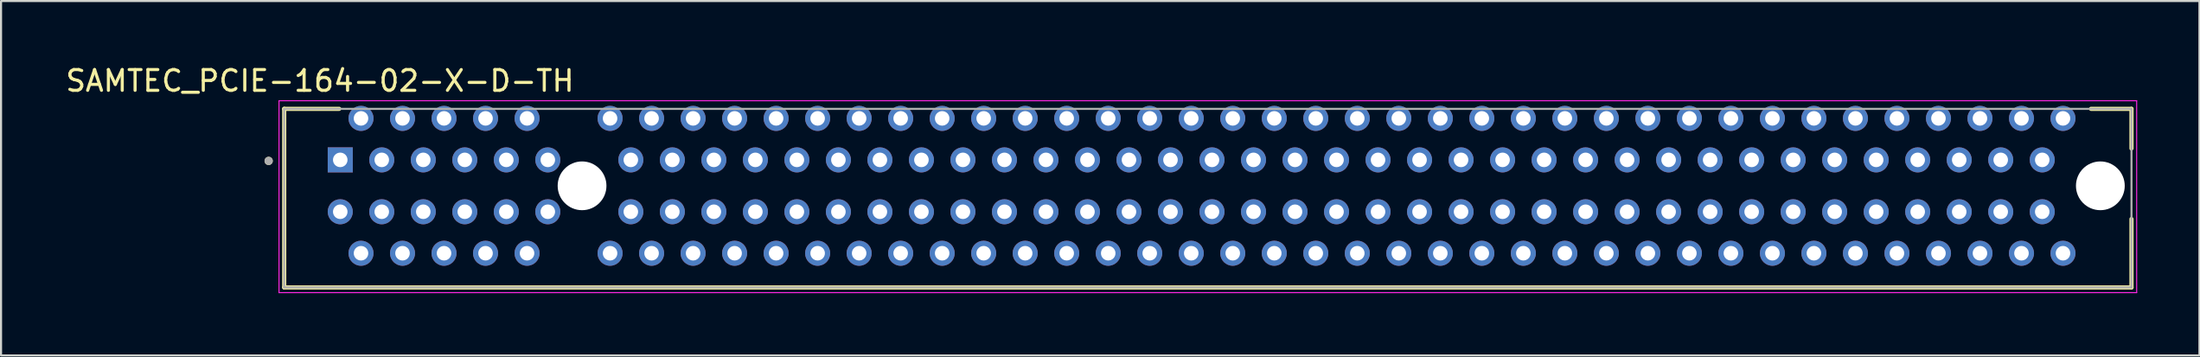
<source format=kicad_pcb>
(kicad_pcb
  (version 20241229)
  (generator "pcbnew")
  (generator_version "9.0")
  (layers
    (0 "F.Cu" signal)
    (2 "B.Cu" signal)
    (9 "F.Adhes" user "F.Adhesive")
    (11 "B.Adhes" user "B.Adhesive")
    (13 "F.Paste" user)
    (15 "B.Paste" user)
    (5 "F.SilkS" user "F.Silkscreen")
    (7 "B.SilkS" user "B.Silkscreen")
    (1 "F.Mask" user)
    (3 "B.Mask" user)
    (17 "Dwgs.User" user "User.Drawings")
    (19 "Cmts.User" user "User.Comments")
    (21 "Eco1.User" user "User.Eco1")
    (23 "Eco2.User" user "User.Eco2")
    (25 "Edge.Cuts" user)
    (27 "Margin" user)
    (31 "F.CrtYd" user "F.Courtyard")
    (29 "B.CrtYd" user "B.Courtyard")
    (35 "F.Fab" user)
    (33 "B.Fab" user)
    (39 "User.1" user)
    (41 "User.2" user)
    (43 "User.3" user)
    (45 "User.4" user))
  (footprint "SAMTEC_PCIE-164-02-X-D-TH"
    (layer "F.Cu")
    (at 54.583 7.198)
    (property "Reference" "SAMTEC_PCIE-164-02-X-D-TH" (at -42.22 -6.35 180) (layer "F.SilkS") (effects (font (size 1 1) (thickness 0.15))))
    (attr through_hole)
    (fp_line (start -43.94 -5.002) (end -41.29 -5.002) (stroke (width 0.2) (type solid)) (layer "F.SilkS"))
    (fp_line (start -43.94 3.608) (end -43.94 -5.002) (stroke (width 0.2) (type solid)) (layer "F.SilkS"))
    (fp_line (start 43.11 -5.002) (end 45.06 -5.002) (stroke (width 0.2) (type solid)) (layer "F.SilkS"))
    (fp_line (start 45.06 -5.002) (end 45.06 -3.092) (stroke (width 0.2) (type solid)) (layer "F.SilkS"))
    (fp_line (start 45.06 0.308) (end 45.06 3.608) (stroke (width 0.2) (type solid)) (layer "F.SilkS"))
    (fp_line (start 45.06 3.608) (end -43.94 3.608) (stroke (width 0.2) (type solid)) (layer "F.SilkS"))
    (fp_circle (center -44.69 -2.492) (end -44.79 -2.492) (stroke (width 0.2) (type solid)) (fill no) (layer "F.SilkS"))
    (fp_line (start -44.19 -5.392) (end 45.31 -5.392) (stroke (width 0.05) (type solid)) (layer "F.CrtYd"))
    (fp_line (start -44.19 3.858) (end -44.19 -5.392) (stroke (width 0.05) (type solid)) (layer "F.CrtYd"))
    (fp_line (start 45.31 -5.392) (end 45.31 3.858) (stroke (width 0.05) (type solid)) (layer "F.CrtYd"))
    (fp_line (start 45.31 3.858) (end -44.19 3.858) (stroke (width 0.05) (type solid)) (layer "F.CrtYd"))
    (fp_line (start -43.94 -5.002) (end 45.06 -5.002) (stroke (width 0.1) (type solid)) (layer "F.Fab"))
    (fp_line (start -43.94 3.608) (end -43.94 -5.002) (stroke (width 0.1) (type solid)) (layer "F.Fab"))
    (fp_line (start 45.06 -5.002) (end 45.06 3.608) (stroke (width 0.1) (type solid)) (layer "F.Fab"))
    (fp_line (start 45.06 3.608) (end -43.94 3.608) (stroke (width 0.1) (type solid)) (layer "F.Fab"))
    (fp_circle (center -44.69 -2.492) (end -44.79 -2.492) (stroke (width 0.2) (type solid)) (fill no) (layer "F.Fab"))
    (pad "" np_thru_hole circle (at -29.59 -1.292 180) (size 2.35 2.35) (drill 2.35) (layers "*.Cu" "*.Mask"))
    (pad "" np_thru_hole circle (at 43.56 -1.292 180) (size 2.35 2.35) (drill 2.35) (layers "*.Cu" "*.Mask"))
    (pad "A1" thru_hole rect (at -41.24 -2.542 180) (size 1.208 1.208) (drill 0.7) (layers "*.Cu" "*.Mask"))
    (pad "A2" thru_hole circle (at -40.24 -4.542 180) (size 1.208 1.208) (drill 0.7) (layers "*.Cu" "*.Mask"))
    (pad "A3" thru_hole circle (at -39.24 -2.542 180) (size 1.208 1.208) (drill 0.7) (layers "*.Cu" "*.Mask"))
    (pad "A4" thru_hole circle (at -38.24 -4.542 180) (size 1.208 1.208) (drill 0.7) (layers "*.Cu" "*.Mask"))
    (pad "A5" thru_hole circle (at -37.24 -2.542 180) (size 1.208 1.208) (drill 0.7) (layers "*.Cu" "*.Mask"))
    (pad "A6" thru_hole circle (at -36.24 -4.542 180) (size 1.208 1.208) (drill 0.7) (layers "*.Cu" "*.Mask"))
    (pad "A7" thru_hole circle (at -35.24 -2.542 180) (size 1.208 1.208) (drill 0.7) (layers "*.Cu" "*.Mask"))
    (pad "A8" thru_hole circle (at -34.24 -4.542 180) (size 1.208 1.208) (drill 0.7) (layers "*.Cu" "*.Mask"))
    (pad "A9" thru_hole circle (at -33.24 -2.542 180) (size 1.208 1.208) (drill 0.7) (layers "*.Cu" "*.Mask"))
    (pad "A10" thru_hole circle (at -32.24 -4.542 180) (size 1.208 1.208) (drill 0.7) (layers "*.Cu" "*.Mask"))
    (pad "A11" thru_hole circle (at -31.24 -2.542 180) (size 1.208 1.208) (drill 0.7) (layers "*.Cu" "*.Mask"))
    (pad "A12" thru_hole circle (at -28.24 -4.542 180) (size 1.208 1.208) (drill 0.7) (layers "*.Cu" "*.Mask"))
    (pad "A13" thru_hole circle (at -27.24 -2.542 180) (size 1.208 1.208) (drill 0.7) (layers "*.Cu" "*.Mask"))
    (pad "A14" thru_hole circle (at -26.24 -4.542 180) (size 1.208 1.208) (drill 0.7) (layers "*.Cu" "*.Mask"))
    (pad "A15" thru_hole circle (at -25.24 -2.542 180) (size 1.208 1.208) (drill 0.7) (layers "*.Cu" "*.Mask"))
    (pad "A16" thru_hole circle (at -24.24 -4.542 180) (size 1.208 1.208) (drill 0.7) (layers "*.Cu" "*.Mask"))
    (pad "A17" thru_hole circle (at -23.24 -2.542 180) (size 1.208 1.208) (drill 0.7) (layers "*.Cu" "*.Mask"))
    (pad "A18" thru_hole circle (at -22.24 -4.542 180) (size 1.208 1.208) (drill 0.7) (layers "*.Cu" "*.Mask"))
    (pad "A19" thru_hole circle (at -21.24 -2.542 180) (size 1.208 1.208) (drill 0.7) (layers "*.Cu" "*.Mask"))
    (pad "A20" thru_hole circle (at -20.24 -4.542 180) (size 1.208 1.208) (drill 0.7) (layers "*.Cu" "*.Mask"))
    (pad "A21" thru_hole circle (at -19.24 -2.542 180) (size 1.208 1.208) (drill 0.7) (layers "*.Cu" "*.Mask"))
    (pad "A22" thru_hole circle (at -18.24 -4.542 180) (size 1.208 1.208) (drill 0.7) (layers "*.Cu" "*.Mask"))
    (pad "A23" thru_hole circle (at -17.24 -2.542 180) (size 1.208 1.208) (drill 0.7) (layers "*.Cu" "*.Mask"))
    (pad "A24" thru_hole circle (at -16.24 -4.542 180) (size 1.208 1.208) (drill 0.7) (layers "*.Cu" "*.Mask"))
    (pad "A25" thru_hole circle (at -15.24 -2.542 180) (size 1.208 1.208) (drill 0.7) (layers "*.Cu" "*.Mask"))
    (pad "A26" thru_hole circle (at -14.24 -4.542 180) (size 1.208 1.208) (drill 0.7) (layers "*.Cu" "*.Mask"))
    (pad "A27" thru_hole circle (at -13.24 -2.542 180) (size 1.208 1.208) (drill 0.7) (layers "*.Cu" "*.Mask"))
    (pad "A28" thru_hole circle (at -12.24 -4.542 180) (size 1.208 1.208) (drill 0.7) (layers "*.Cu" "*.Mask"))
    (pad "A29" thru_hole circle (at -11.24 -2.542 180) (size 1.208 1.208) (drill 0.7) (layers "*.Cu" "*.Mask"))
    (pad "A30" thru_hole circle (at -10.24 -4.542 180) (size 1.208 1.208) (drill 0.7) (layers "*.Cu" "*.Mask"))
    (pad "A31" thru_hole circle (at -9.24 -2.542 180) (size 1.208 1.208) (drill 0.7) (layers "*.Cu" "*.Mask"))
    (pad "A32" thru_hole circle (at -8.24 -4.542 180) (size 1.208 1.208) (drill 0.7) (layers "*.Cu" "*.Mask"))
    (pad "A33" thru_hole circle (at -7.24 -2.542 180) (size 1.208 1.208) (drill 0.7) (layers "*.Cu" "*.Mask"))
    (pad "A34" thru_hole circle (at -6.24 -4.542 180) (size 1.208 1.208) (drill 0.7) (layers "*.Cu" "*.Mask"))
    (pad "A35" thru_hole circle (at -5.24 -2.542 180) (size 1.208 1.208) (drill 0.7) (layers "*.Cu" "*.Mask"))
    (pad "A36" thru_hole circle (at -4.24 -4.542 180) (size 1.208 1.208) (drill 0.7) (layers "*.Cu" "*.Mask"))
    (pad "A37" thru_hole circle (at -3.24 -2.542 180) (size 1.208 1.208) (drill 0.7) (layers "*.Cu" "*.Mask"))
    (pad "A38" thru_hole circle (at -2.24 -4.542 180) (size 1.208 1.208) (drill 0.7) (layers "*.Cu" "*.Mask"))
    (pad "A39" thru_hole circle (at -1.24 -2.542 180) (size 1.208 1.208) (drill 0.7) (layers "*.Cu" "*.Mask"))
    (pad "A40" thru_hole circle (at -0.24 -4.542 180) (size 1.208 1.208) (drill 0.7) (layers "*.Cu" "*.Mask"))
    (pad "A41" thru_hole circle (at 0.76 -2.542 180) (size 1.208 1.208) (drill 0.7) (layers "*.Cu" "*.Mask"))
    (pad "A42" thru_hole circle (at 1.76 -4.542 180) (size 1.208 1.208) (drill 0.7) (layers "*.Cu" "*.Mask"))
    (pad "A43" thru_hole circle (at 2.76 -2.542 180) (size 1.208 1.208) (drill 0.7) (layers "*.Cu" "*.Mask"))
    (pad "A44" thru_hole circle (at 3.76 -4.542 180) (size 1.208 1.208) (drill 0.7) (layers "*.Cu" "*.Mask"))
    (pad "A45" thru_hole circle (at 4.76 -2.542 180) (size 1.208 1.208) (drill 0.7) (layers "*.Cu" "*.Mask"))
    (pad "A46" thru_hole circle (at 5.76 -4.542 180) (size 1.208 1.208) (drill 0.7) (layers "*.Cu" "*.Mask"))
    (pad "A47" thru_hole circle (at 6.76 -2.542 180) (size 1.208 1.208) (drill 0.7) (layers "*.Cu" "*.Mask"))
    (pad "A48" thru_hole circle (at 7.76 -4.542 180) (size 1.208 1.208) (drill 0.7) (layers "*.Cu" "*.Mask"))
    (pad "A49" thru_hole circle (at 8.76 -2.542 180) (size 1.208 1.208) (drill 0.7) (layers "*.Cu" "*.Mask"))
    (pad "A50" thru_hole circle (at 9.76 -4.542 180) (size 1.208 1.208) (drill 0.7) (layers "*.Cu" "*.Mask"))
    (pad "A51" thru_hole circle (at 10.76 -2.542 180) (size 1.208 1.208) (drill 0.7) (layers "*.Cu" "*.Mask"))
    (pad "A52" thru_hole circle (at 11.76 -4.542 180) (size 1.208 1.208) (drill 0.7) (layers "*.Cu" "*.Mask"))
    (pad "A53" thru_hole circle (at 12.76 -2.542 180) (size 1.208 1.208) (drill 0.7) (layers "*.Cu" "*.Mask"))
    (pad "A54" thru_hole circle (at 13.76 -4.542 180) (size 1.208 1.208) (drill 0.7) (layers "*.Cu" "*.Mask"))
    (pad "A55" thru_hole circle (at 14.76 -2.542 180) (size 1.208 1.208) (drill 0.7) (layers "*.Cu" "*.Mask"))
    (pad "A56" thru_hole circle (at 15.76 -4.542 180) (size 1.208 1.208) (drill 0.7) (layers "*.Cu" "*.Mask"))
    (pad "A57" thru_hole circle (at 16.76 -2.542 180) (size 1.208 1.208) (drill 0.7) (layers "*.Cu" "*.Mask"))
    (pad "A58" thru_hole circle (at 17.76 -4.542 180) (size 1.208 1.208) (drill 0.7) (layers "*.Cu" "*.Mask"))
    (pad "A59" thru_hole circle (at 18.76 -2.542 180) (size 1.208 1.208) (drill 0.7) (layers "*.Cu" "*.Mask"))
    (pad "A60" thru_hole circle (at 19.76 -4.542 180) (size 1.208 1.208) (drill 0.7) (layers "*.Cu" "*.Mask"))
    (pad "A61" thru_hole circle (at 20.76 -2.542 180) (size 1.208 1.208) (drill 0.7) (layers "*.Cu" "*.Mask"))
    (pad "A62" thru_hole circle (at 21.76 -4.542 180) (size 1.208 1.208) (drill 0.7) (layers "*.Cu" "*.Mask"))
    (pad "A63" thru_hole circle (at 22.76 -2.542 180) (size 1.208 1.208) (drill 0.7) (layers "*.Cu" "*.Mask"))
    (pad "A64" thru_hole circle (at 23.76 -4.542 180) (size 1.208 1.208) (drill 0.7) (layers "*.Cu" "*.Mask"))
    (pad "A65" thru_hole circle (at 24.76 -2.542 180) (size 1.208 1.208) (drill 0.7) (layers "*.Cu" "*.Mask"))
    (pad "A66" thru_hole circle (at 25.76 -4.542 180) (size 1.208 1.208) (drill 0.7) (layers "*.Cu" "*.Mask"))
    (pad "A67" thru_hole circle (at 26.76 -2.542 180) (size 1.208 1.208) (drill 0.7) (layers "*.Cu" "*.Mask"))
    (pad "A68" thru_hole circle (at 27.76 -4.542 180) (size 1.208 1.208) (drill 0.7) (layers "*.Cu" "*.Mask"))
    (pad "A69" thru_hole circle (at 28.76 -2.542 180) (size 1.208 1.208) (drill 0.7) (layers "*.Cu" "*.Mask"))
    (pad "A70" thru_hole circle (at 29.76 -4.542 180) (size 1.208 1.208) (drill 0.7) (layers "*.Cu" "*.Mask"))
    (pad "A71" thru_hole circle (at 30.76 -2.542 180) (size 1.208 1.208) (drill 0.7) (layers "*.Cu" "*.Mask"))
    (pad "A72" thru_hole circle (at 31.76 -4.542 180) (size 1.208 1.208) (drill 0.7) (layers "*.Cu" "*.Mask"))
    (pad "A73" thru_hole circle (at 32.76 -2.542 180) (size 1.208 1.208) (drill 0.7) (layers "*.Cu" "*.Mask"))
    (pad "A74" thru_hole circle (at 33.76 -4.542 180) (size 1.208 1.208) (drill 0.7) (layers "*.Cu" "*.Mask"))
    (pad "A75" thru_hole circle (at 34.76 -2.542 180) (size 1.208 1.208) (drill 0.7) (layers "*.Cu" "*.Mask"))
    (pad "A76" thru_hole circle (at 35.76 -4.542 180) (size 1.208 1.208) (drill 0.7) (layers "*.Cu" "*.Mask"))
    (pad "A77" thru_hole circle (at 36.76 -2.542 180) (size 1.208 1.208) (drill 0.7) (layers "*.Cu" "*.Mask"))
    (pad "A78" thru_hole circle (at 37.76 -4.542 180) (size 1.208 1.208) (drill 0.7) (layers "*.Cu" "*.Mask"))
    (pad "A79" thru_hole circle (at 38.76 -2.542 180) (size 1.208 1.208) (drill 0.7) (layers "*.Cu" "*.Mask"))
    (pad "A80" thru_hole circle (at 39.76 -4.542 180) (size 1.208 1.208) (drill 0.7) (layers "*.Cu" "*.Mask"))
    (pad "A81" thru_hole circle (at 40.76 -2.542 180) (size 1.208 1.208) (drill 0.7) (layers "*.Cu" "*.Mask"))
    (pad "A82" thru_hole circle (at 41.76 -4.542 180) (size 1.208 1.208) (drill 0.7) (layers "*.Cu" "*.Mask"))
    (pad "B1" thru_hole circle (at -41.24 -0.042 180) (size 1.208 1.208) (drill 0.7) (layers "*.Cu" "*.Mask"))
    (pad "B2" thru_hole circle (at -40.24 1.958 180) (size 1.208 1.208) (drill 0.7) (layers "*.Cu" "*.Mask"))
    (pad "B3" thru_hole circle (at -39.24 -0.042 180) (size 1.208 1.208) (drill 0.7) (layers "*.Cu" "*.Mask"))
    (pad "B4" thru_hole circle (at -38.24 1.958 180) (size 1.208 1.208) (drill 0.7) (layers "*.Cu" "*.Mask"))
    (pad "B5" thru_hole circle (at -37.24 -0.042 180) (size 1.208 1.208) (drill 0.7) (layers "*.Cu" "*.Mask"))
    (pad "B6" thru_hole circle (at -36.24 1.958 180) (size 1.208 1.208) (drill 0.7) (layers "*.Cu" "*.Mask"))
    (pad "B7" thru_hole circle (at -35.24 -0.042 180) (size 1.208 1.208) (drill 0.7) (layers "*.Cu" "*.Mask"))
    (pad "B8" thru_hole circle (at -34.24 1.958 180) (size 1.208 1.208) (drill 0.7) (layers "*.Cu" "*.Mask"))
    (pad "B9" thru_hole circle (at -33.24 -0.042 180) (size 1.208 1.208) (drill 0.7) (layers "*.Cu" "*.Mask"))
    (pad "B10" thru_hole circle (at -32.24 1.958 180) (size 1.208 1.208) (drill 0.7) (layers "*.Cu" "*.Mask"))
    (pad "B11" thru_hole circle (at -31.24 -0.042 180) (size 1.208 1.208) (drill 0.7) (layers "*.Cu" "*.Mask"))
    (pad "B12" thru_hole circle (at -28.24 1.958 180) (size 1.208 1.208) (drill 0.7) (layers "*.Cu" "*.Mask"))
    (pad "B13" thru_hole circle (at -27.24 -0.042 180) (size 1.208 1.208) (drill 0.7) (layers "*.Cu" "*.Mask"))
    (pad "B14" thru_hole circle (at -26.24 1.958 180) (size 1.208 1.208) (drill 0.7) (layers "*.Cu" "*.Mask"))
    (pad "B15" thru_hole circle (at -25.24 -0.042 180) (size 1.208 1.208) (drill 0.7) (layers "*.Cu" "*.Mask"))
    (pad "B16" thru_hole circle (at -24.24 1.958 180) (size 1.208 1.208) (drill 0.7) (layers "*.Cu" "*.Mask"))
    (pad "B17" thru_hole circle (at -23.24 -0.042 180) (size 1.208 1.208) (drill 0.7) (layers "*.Cu" "*.Mask"))
    (pad "B18" thru_hole circle (at -22.24 1.958 180) (size 1.208 1.208) (drill 0.7) (layers "*.Cu" "*.Mask"))
    (pad "B19" thru_hole circle (at -21.24 -0.042 180) (size 1.208 1.208) (drill 0.7) (layers "*.Cu" "*.Mask"))
    (pad "B20" thru_hole circle (at -20.24 1.958 180) (size 1.208 1.208) (drill 0.7) (layers "*.Cu" "*.Mask"))
    (pad "B21" thru_hole circle (at -19.24 -0.042 180) (size 1.208 1.208) (drill 0.7) (layers "*.Cu" "*.Mask"))
    (pad "B22" thru_hole circle (at -18.24 1.958 180) (size 1.208 1.208) (drill 0.7) (layers "*.Cu" "*.Mask"))
    (pad "B23" thru_hole circle (at -17.24 -0.042 180) (size 1.208 1.208) (drill 0.7) (layers "*.Cu" "*.Mask"))
    (pad "B24" thru_hole circle (at -16.24 1.958 180) (size 1.208 1.208) (drill 0.7) (layers "*.Cu" "*.Mask"))
    (pad "B25" thru_hole circle (at -15.24 -0.042 180) (size 1.208 1.208) (drill 0.7) (layers "*.Cu" "*.Mask"))
    (pad "B26" thru_hole circle (at -14.24 1.958 180) (size 1.208 1.208) (drill 0.7) (layers "*.Cu" "*.Mask"))
    (pad "B27" thru_hole circle (at -13.24 -0.042 180) (size 1.208 1.208) (drill 0.7) (layers "*.Cu" "*.Mask"))
    (pad "B28" thru_hole circle (at -12.24 1.958 180) (size 1.208 1.208) (drill 0.7) (layers "*.Cu" "*.Mask"))
    (pad "B29" thru_hole circle (at -11.24 -0.042 180) (size 1.208 1.208) (drill 0.7) (layers "*.Cu" "*.Mask"))
    (pad "B30" thru_hole circle (at -10.24 1.958 180) (size 1.208 1.208) (drill 0.7) (layers "*.Cu" "*.Mask"))
    (pad "B31" thru_hole circle (at -9.24 -0.042 180) (size 1.208 1.208) (drill 0.7) (layers "*.Cu" "*.Mask"))
    (pad "B32" thru_hole circle (at -8.24 1.958 180) (size 1.208 1.208) (drill 0.7) (layers "*.Cu" "*.Mask"))
    (pad "B33" thru_hole circle (at -7.24 -0.042 180) (size 1.208 1.208) (drill 0.7) (layers "*.Cu" "*.Mask"))
    (pad "B34" thru_hole circle (at -6.24 1.958 180) (size 1.208 1.208) (drill 0.7) (layers "*.Cu" "*.Mask"))
    (pad "B35" thru_hole circle (at -5.24 -0.042 180) (size 1.208 1.208) (drill 0.7) (layers "*.Cu" "*.Mask"))
    (pad "B36" thru_hole circle (at -4.24 1.958 180) (size 1.208 1.208) (drill 0.7) (layers "*.Cu" "*.Mask"))
    (pad "B37" thru_hole circle (at -3.24 -0.042 180) (size 1.208 1.208) (drill 0.7) (layers "*.Cu" "*.Mask"))
    (pad "B38" thru_hole circle (at -2.24 1.958 180) (size 1.208 1.208) (drill 0.7) (layers "*.Cu" "*.Mask"))
    (pad "B39" thru_hole circle (at -1.24 -0.042 180) (size 1.208 1.208) (drill 0.7) (layers "*.Cu" "*.Mask"))
    (pad "B40" thru_hole circle (at -0.24 1.958 180) (size 1.208 1.208) (drill 0.7) (layers "*.Cu" "*.Mask"))
    (pad "B41" thru_hole circle (at 0.76 -0.042 180) (size 1.208 1.208) (drill 0.7) (layers "*.Cu" "*.Mask"))
    (pad "B42" thru_hole circle (at 1.76 1.958 180) (size 1.208 1.208) (drill 0.7) (layers "*.Cu" "*.Mask"))
    (pad "B43" thru_hole circle (at 2.76 -0.042 180) (size 1.208 1.208) (drill 0.7) (layers "*.Cu" "*.Mask"))
    (pad "B44" thru_hole circle (at 3.76 1.958 180) (size 1.208 1.208) (drill 0.7) (layers "*.Cu" "*.Mask"))
    (pad "B45" thru_hole circle (at 4.76 -0.042 180) (size 1.208 1.208) (drill 0.7) (layers "*.Cu" "*.Mask"))
    (pad "B46" thru_hole circle (at 5.76 1.958 180) (size 1.208 1.208) (drill 0.7) (layers "*.Cu" "*.Mask"))
    (pad "B47" thru_hole circle (at 6.76 -0.042 180) (size 1.208 1.208) (drill 0.7) (layers "*.Cu" "*.Mask"))
    (pad "B48" thru_hole circle (at 7.76 1.958 180) (size 1.208 1.208) (drill 0.7) (layers "*.Cu" "*.Mask"))
    (pad "B49" thru_hole circle (at 8.76 -0.042 180) (size 1.208 1.208) (drill 0.7) (layers "*.Cu" "*.Mask"))
    (pad "B50" thru_hole circle (at 9.76 1.958 180) (size 1.208 1.208) (drill 0.7) (layers "*.Cu" "*.Mask"))
    (pad "B51" thru_hole circle (at 10.76 -0.042 180) (size 1.208 1.208) (drill 0.7) (layers "*.Cu" "*.Mask"))
    (pad "B52" thru_hole circle (at 11.76 1.958 180) (size 1.208 1.208) (drill 0.7) (layers "*.Cu" "*.Mask"))
    (pad "B53" thru_hole circle (at 12.76 -0.042 180) (size 1.208 1.208) (drill 0.7) (layers "*.Cu" "*.Mask"))
    (pad "B54" thru_hole circle (at 13.76 1.958 180) (size 1.208 1.208) (drill 0.7) (layers "*.Cu" "*.Mask"))
    (pad "B55" thru_hole circle (at 14.76 -0.042 180) (size 1.208 1.208) (drill 0.7) (layers "*.Cu" "*.Mask"))
    (pad "B56" thru_hole circle (at 15.76 1.958 180) (size 1.208 1.208) (drill 0.7) (layers "*.Cu" "*.Mask"))
    (pad "B57" thru_hole circle (at 16.76 -0.042 180) (size 1.208 1.208) (drill 0.7) (layers "*.Cu" "*.Mask"))
    (pad "B58" thru_hole circle (at 17.76 1.958 180) (size 1.208 1.208) (drill 0.7) (layers "*.Cu" "*.Mask"))
    (pad "B59" thru_hole circle (at 18.76 -0.042 180) (size 1.208 1.208) (drill 0.7) (layers "*.Cu" "*.Mask"))
    (pad "B60" thru_hole circle (at 19.76 1.958 180) (size 1.208 1.208) (drill 0.7) (layers "*.Cu" "*.Mask"))
    (pad "B61" thru_hole circle (at 20.76 -0.042 180) (size 1.208 1.208) (drill 0.7) (layers "*.Cu" "*.Mask"))
    (pad "B62" thru_hole circle (at 21.76 1.958 180) (size 1.208 1.208) (drill 0.7) (layers "*.Cu" "*.Mask"))
    (pad "B63" thru_hole circle (at 22.76 -0.042 180) (size 1.208 1.208) (drill 0.7) (layers "*.Cu" "*.Mask"))
    (pad "B64" thru_hole circle (at 23.76 1.958 180) (size 1.208 1.208) (drill 0.7) (layers "*.Cu" "*.Mask"))
    (pad "B65" thru_hole circle (at 24.76 -0.042 180) (size 1.208 1.208) (drill 0.7) (layers "*.Cu" "*.Mask"))
    (pad "B66" thru_hole circle (at 25.76 1.958 180) (size 1.208 1.208) (drill 0.7) (layers "*.Cu" "*.Mask"))
    (pad "B67" thru_hole circle (at 26.76 -0.042 180) (size 1.208 1.208) (drill 0.7) (layers "*.Cu" "*.Mask"))
    (pad "B68" thru_hole circle (at 27.76 1.958 180) (size 1.208 1.208) (drill 0.7) (layers "*.Cu" "*.Mask"))
    (pad "B69" thru_hole circle (at 28.76 -0.042 180) (size 1.208 1.208) (drill 0.7) (layers "*.Cu" "*.Mask"))
    (pad "B70" thru_hole circle (at 29.76 1.958 180) (size 1.208 1.208) (drill 0.7) (layers "*.Cu" "*.Mask"))
    (pad "B71" thru_hole circle (at 30.76 -0.042 180) (size 1.208 1.208) (drill 0.7) (layers "*.Cu" "*.Mask"))
    (pad "B72" thru_hole circle (at 31.76 1.958 180) (size 1.208 1.208) (drill 0.7) (layers "*.Cu" "*.Mask"))
    (pad "B73" thru_hole circle (at 32.76 -0.042 180) (size 1.208 1.208) (drill 0.7) (layers "*.Cu" "*.Mask"))
    (pad "B74" thru_hole circle (at 33.76 1.958 180) (size 1.208 1.208) (drill 0.7) (layers "*.Cu" "*.Mask"))
    (pad "B75" thru_hole circle (at 34.76 -0.042 180) (size 1.208 1.208) (drill 0.7) (layers "*.Cu" "*.Mask"))
    (pad "B76" thru_hole circle (at 35.76 1.958 180) (size 1.208 1.208) (drill 0.7) (layers "*.Cu" "*.Mask"))
    (pad "B77" thru_hole circle (at 36.76 -0.042 180) (size 1.208 1.208) (drill 0.7) (layers "*.Cu" "*.Mask"))
    (pad "B78" thru_hole circle (at 37.76 1.958 180) (size 1.208 1.208) (drill 0.7) (layers "*.Cu" "*.Mask"))
    (pad "B79" thru_hole circle (at 38.76 -0.042 180) (size 1.208 1.208) (drill 0.7) (layers "*.Cu" "*.Mask"))
    (pad "B80" thru_hole circle (at 39.76 1.958 180) (size 1.208 1.208) (drill 0.7) (layers "*.Cu" "*.Mask"))
    (pad "B81" thru_hole circle (at 40.76 -0.042 180) (size 1.208 1.208) (drill 0.7) (layers "*.Cu" "*.Mask"))
    (pad "B82" thru_hole circle (at 41.76 1.958 180) (size 1.208 1.208) (drill 0.7) (layers "*.Cu" "*.Mask")))
  (gr_rect
    (start -3 -3)
    (end 102.918 14.081)
    (stroke (width 0.1) (type default))
    (fill no)
    (layer "Edge.Cuts")))
</source>
